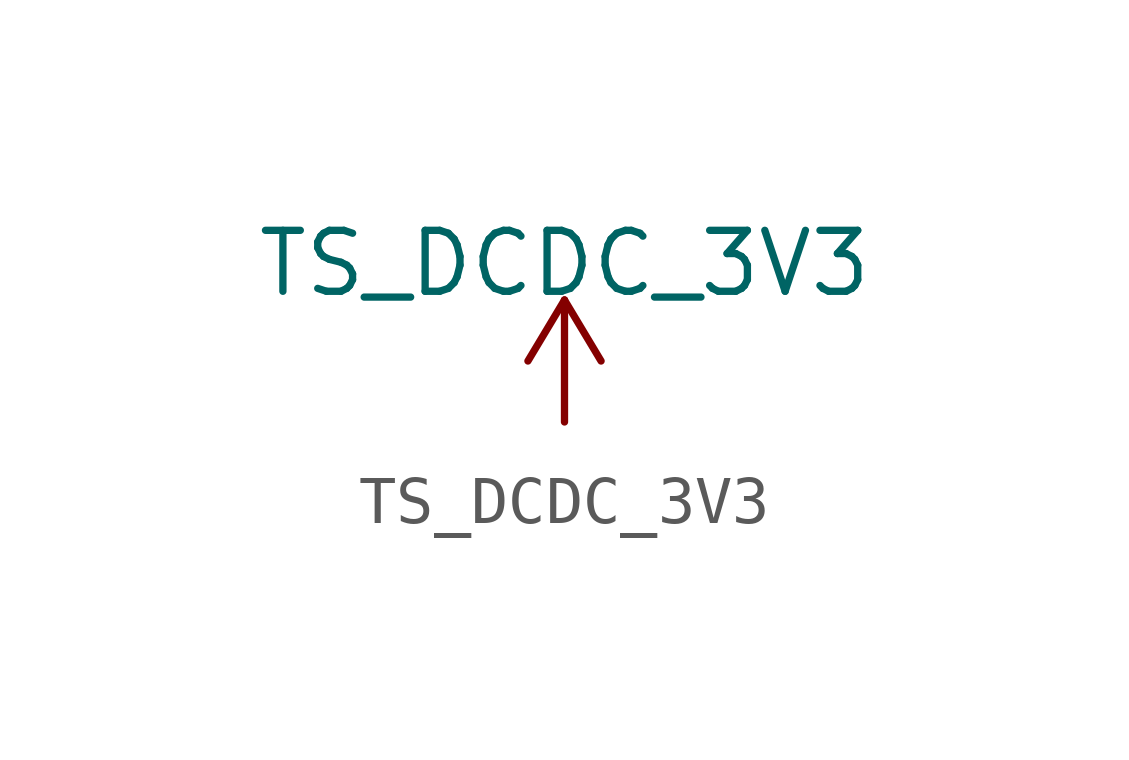
<source format=kicad_sym>
(kicad_symbol_lib
  (version 20231120)
  (generator "kicad_symbol_editor")
  (generator_version "8.0")
  (symbol "TS_DCDC_3V3"
    (power)
    (pin_names
      (offset 0))
    (property "Reference" "#PWR"
      (at 0 -3.81 0)
      (effects (font (size 1.27 1.27)) (hide yes)))
    (property "Value" "TS_DCDC_3V3"
      (at 0 3.302 0)
      (effects (font (size 1.27 1.27))))
    (symbol "TS_DCDC_3V3_0_1"
      (polyline (pts (xy -0.762 1.27) (xy 0 2.54)) (stroke (width 0) (type default)) (fill (type none)))
      (polyline (pts (xy 0 0) (xy 0 2.54)) (stroke (width 0) (type default)) (fill (type none)))
      (polyline (pts (xy 0 2.54) (xy 0.762 1.27)) (stroke (width 0) (type default)) (fill (type none))))
    (symbol "TS_DCDC_3V3_1_1"
      (pin power_in line (at 0 0 90) (length 0) hide (name "TS_DCDC_3V3" (effects (font (size 1.27 1.27)))) (number "1" (effects (font (size 1.27 1.27))))))))
</source>
